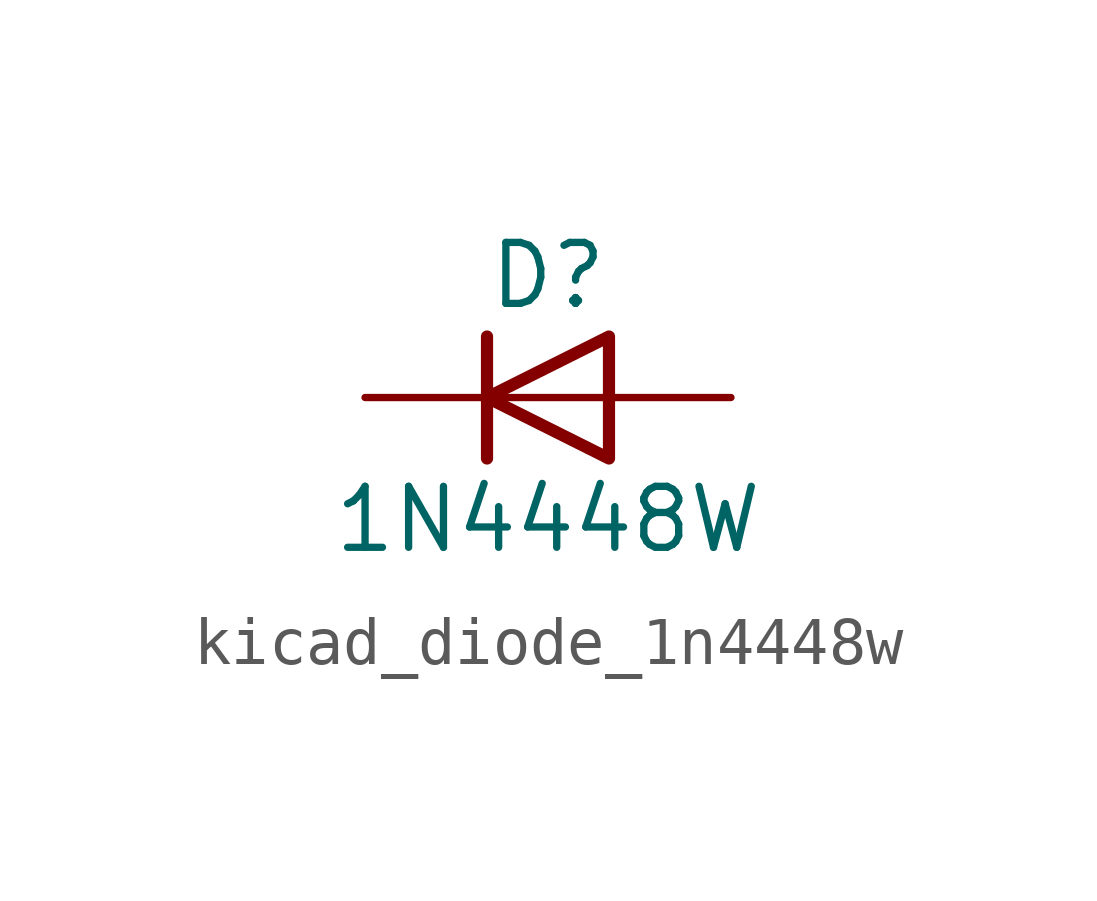
<source format=kicad_sym>
(kicad_symbol_lib
  (version 20220914)
  (generator kicad_symbol_editor)
  (symbol "kicad_diode_1n4448w"
    (pin_numbers hide)
    (pin_names hide)
    (property "Reference" "D"
      (at 0 2.54 0)
      (effects (font (size 1.27 1.27))))
    (property "Value" "1N4448W"
      (at 0 -2.54 0)
      (effects (font (size 1.27 1.27))))
    (symbol "kicad_diode_1n4448w_0_1"
      (polyline (pts (xy -1.27 1.27) (xy -1.27 -1.27)) (stroke (width 0.254) (type default)) (fill (type none)))
      (polyline (pts (xy 1.27 0) (xy -1.27 0)) (stroke (width 0) (type default)) (fill (type none)))
      (polyline (pts (xy 1.27 1.27) (xy 1.27 -1.27) (xy -1.27 0) (xy 1.27 1.27)) (stroke (width 0.254) (type default)) (fill (type none))))
    (symbol "kicad_diode_1n4448w_1_1"
      (pin passive line (at -3.81 0 0) (length 2.54) (name "K" (effects (font (size 1.27 1.27)))) (number "1" (effects (font (size 1.27 1.27)))))
      (pin passive line (at 3.81 0 180) (length 2.54) (name "A" (effects (font (size 1.27 1.27)))) (number "2" (effects (font (size 1.27 1.27))))))))
</source>
